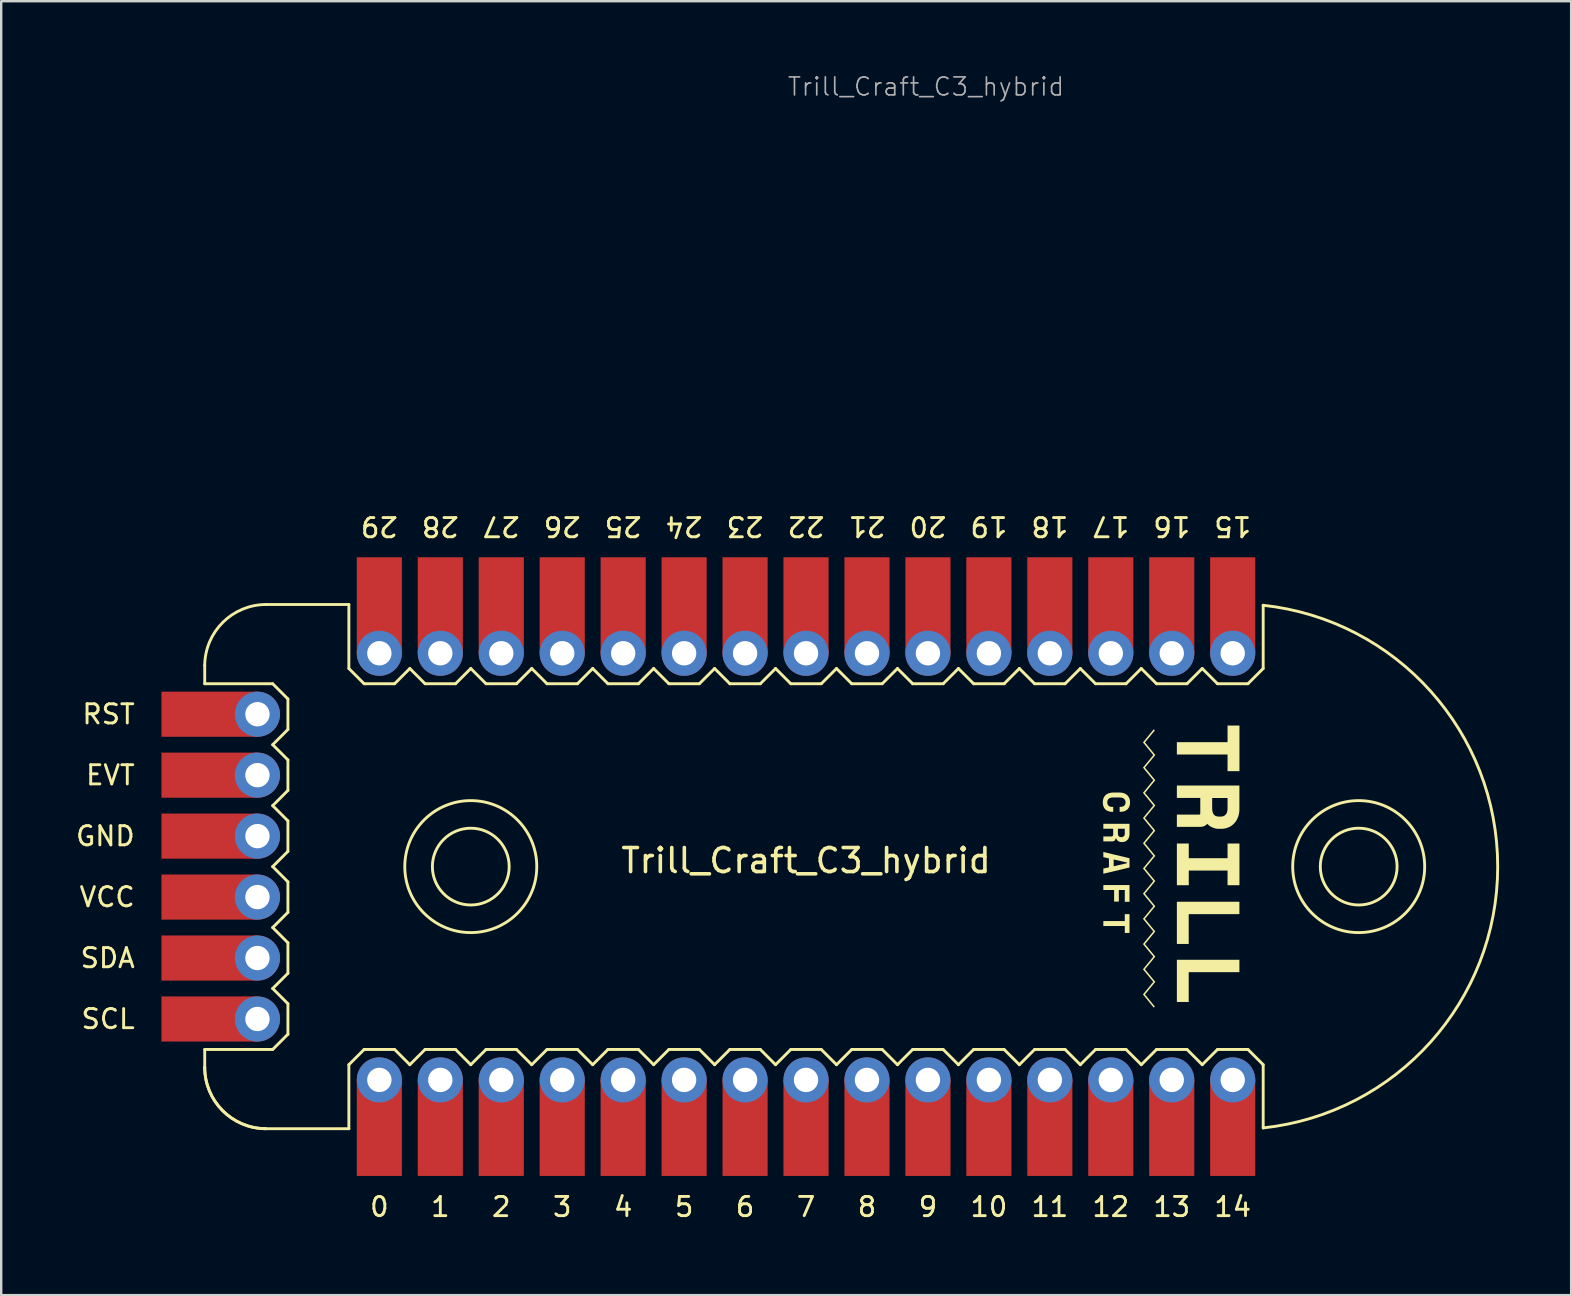
<source format=kicad_pcb>
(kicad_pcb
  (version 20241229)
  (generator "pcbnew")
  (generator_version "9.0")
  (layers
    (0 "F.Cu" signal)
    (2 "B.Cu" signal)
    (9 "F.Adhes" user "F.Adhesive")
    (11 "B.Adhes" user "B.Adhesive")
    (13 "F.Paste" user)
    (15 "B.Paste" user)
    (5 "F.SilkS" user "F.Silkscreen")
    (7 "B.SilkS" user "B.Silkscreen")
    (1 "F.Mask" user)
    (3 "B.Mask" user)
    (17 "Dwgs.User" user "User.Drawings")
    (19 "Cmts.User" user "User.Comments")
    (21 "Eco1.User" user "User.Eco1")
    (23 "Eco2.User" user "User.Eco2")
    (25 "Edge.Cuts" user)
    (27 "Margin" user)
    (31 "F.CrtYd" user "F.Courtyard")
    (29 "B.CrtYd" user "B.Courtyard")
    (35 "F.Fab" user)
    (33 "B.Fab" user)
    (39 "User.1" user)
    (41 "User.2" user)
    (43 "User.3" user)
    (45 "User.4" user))
  (footprint "Trill_Craft_C3_hybrid"
    (layer "F.Cu")
    (at 30.538 33.062)
    (property "Reference" "Trill_Craft_C3_hybrid" (at 0 -0.25 0) (unlocked yes) (layer "F.SilkS") (effects (font (size 1 1) (thickness 0.15))))
    (attr through_hole)
    (fp_line (start -25.057 -8.382) (end -25.057 -7.62) (stroke (width 0.12) (type default)) (layer "F.SilkS"))
    (fp_line (start -25.057 7.62) (end -25.057 8.364) (stroke (width 0.12) (type default)) (layer "F.SilkS"))
    (fp_line (start -22.517 10.922) (end -19.05 10.922) (stroke (width 0.12) (type solid)) (layer "F.SilkS"))
    (fp_line (start -22.499 -10.922) (end -19.05 -10.922) (stroke (width 0.12) (type solid)) (layer "F.SilkS"))
    (fp_line (start -22.225 -7.62) (end -25.057 -7.62) (stroke (width 0.12) (type solid)) (layer "F.SilkS"))
    (fp_line (start -22.225 -5.08) (end -21.59 -4.445) (stroke (width 0.12) (type solid)) (layer "F.SilkS"))
    (fp_line (start -22.225 -2.54) (end -21.59 -1.905) (stroke (width 0.12) (type solid)) (layer "F.SilkS"))
    (fp_line (start -22.225 2.54) (end -21.59 3.175) (stroke (width 0.12) (type solid)) (layer "F.SilkS"))
    (fp_line (start -22.225 5.08) (end -21.59 5.715) (stroke (width 0.12) (type solid)) (layer "F.SilkS"))
    (fp_line (start -22.225 7.62) (end -25.057 7.62) (stroke (width 0.12) (type solid)) (layer "F.SilkS"))
    (fp_line (start -21.59 -6.985) (end -22.225 -7.62) (stroke (width 0.12) (type solid)) (layer "F.SilkS"))
    (fp_line (start -21.59 -6.985) (end -21.59 -5.715) (stroke (width 0.12) (type solid)) (layer "F.SilkS"))
    (fp_line (start -21.59 -5.715) (end -22.225 -5.08) (stroke (width 0.12) (type solid)) (layer "F.SilkS"))
    (fp_line (start -21.59 -4.445) (end -21.59 -3.175) (stroke (width 0.12) (type solid)) (layer "F.SilkS"))
    (fp_line (start -21.59 -3.175) (end -22.225 -2.54) (stroke (width 0.12) (type solid)) (layer "F.SilkS"))
    (fp_line (start -21.59 -1.905) (end -21.59 -0.635) (stroke (width 0.12) (type solid)) (layer "F.SilkS"))
    (fp_line (start -21.59 -0.635) (end -22.225 0) (stroke (width 0.12) (type solid)) (layer "F.SilkS"))
    (fp_line (start -21.59 0.635) (end -22.225 0) (stroke (width 0.12) (type solid)) (layer "F.SilkS"))
    (fp_line (start -21.59 0.635) (end -21.59 1.905) (stroke (width 0.12) (type solid)) (layer "F.SilkS"))
    (fp_line (start -21.59 1.905) (end -22.225 2.54) (stroke (width 0.12) (type solid)) (layer "F.SilkS"))
    (fp_line (start -21.59 3.175) (end -21.59 4.445) (stroke (width 0.12) (type solid)) (layer "F.SilkS"))
    (fp_line (start -21.59 4.445) (end -22.225 5.08) (stroke (width 0.12) (type solid)) (layer "F.SilkS"))
    (fp_line (start -21.59 5.715) (end -21.59 6.985) (stroke (width 0.12) (type solid)) (layer "F.SilkS"))
    (fp_line (start -21.59 6.985) (end -22.225 7.62) (stroke (width 0.12) (type solid)) (layer "F.SilkS"))
    (fp_line (start -19.05 -8.255) (end -19.05 -10.922) (stroke (width 0.12) (type solid)) (layer "F.SilkS"))
    (fp_line (start -19.05 8.255) (end -19.05 10.922) (stroke (width 0.12) (type solid)) (layer "F.SilkS"))
    (fp_line (start -18.415 -7.62) (end -19.05 -8.255) (stroke (width 0.12) (type solid)) (layer "F.SilkS"))
    (fp_line (start -18.415 7.62) (end -19.05 8.255) (stroke (width 0.12) (type solid)) (layer "F.SilkS"))
    (fp_line (start -18.415 7.62) (end -17.145 7.62) (stroke (width 0.12) (type solid)) (layer "F.SilkS"))
    (fp_line (start -17.145 -7.62) (end -18.415 -7.62) (stroke (width 0.12) (type solid)) (layer "F.SilkS"))
    (fp_line (start -17.145 7.62) (end -16.51 8.255) (stroke (width 0.12) (type solid)) (layer "F.SilkS"))
    (fp_line (start -16.51 -8.255) (end -17.145 -7.62) (stroke (width 0.12) (type solid)) (layer "F.SilkS"))
    (fp_line (start -16.51 8.255) (end -15.875 7.62) (stroke (width 0.12) (type solid)) (layer "F.SilkS"))
    (fp_line (start -15.875 -7.62) (end -16.51 -8.255) (stroke (width 0.12) (type solid)) (layer "F.SilkS"))
    (fp_line (start -15.875 7.62) (end -14.605 7.62) (stroke (width 0.12) (type solid)) (layer "F.SilkS"))
    (fp_line (start -14.605 -7.62) (end -15.875 -7.62) (stroke (width 0.12) (type solid)) (layer "F.SilkS"))
    (fp_line (start -14.605 7.62) (end -13.97 8.255) (stroke (width 0.12) (type solid)) (layer "F.SilkS"))
    (fp_line (start -13.97 -8.255) (end -14.605 -7.62) (stroke (width 0.12) (type solid)) (layer "F.SilkS"))
    (fp_line (start -13.97 8.255) (end -13.335 7.62) (stroke (width 0.12) (type solid)) (layer "F.SilkS"))
    (fp_line (start -13.335 -7.62) (end -13.97 -8.255) (stroke (width 0.12) (type solid)) (layer "F.SilkS"))
    (fp_line (start -13.335 7.62) (end -12.065 7.62) (stroke (width 0.12) (type solid)) (layer "F.SilkS"))
    (fp_line (start -12.065 -7.62) (end -13.335 -7.62) (stroke (width 0.12) (type solid)) (layer "F.SilkS"))
    (fp_line (start -12.065 7.62) (end -11.43 8.255) (stroke (width 0.12) (type solid)) (layer "F.SilkS"))
    (fp_line (start -11.43 -8.255) (end -12.065 -7.62) (stroke (width 0.12) (type solid)) (layer "F.SilkS"))
    (fp_line (start -10.795 -7.62) (end -11.43 -8.255) (stroke (width 0.12) (type solid)) (layer "F.SilkS"))
    (fp_line (start -10.795 7.62) (end -11.43 8.255) (stroke (width 0.12) (type solid)) (layer "F.SilkS"))
    (fp_line (start -10.795 7.62) (end -9.525 7.62) (stroke (width 0.12) (type solid)) (layer "F.SilkS"))
    (fp_line (start -9.525 -7.62) (end -10.795 -7.62) (stroke (width 0.12) (type solid)) (layer "F.SilkS"))
    (fp_line (start -9.525 7.62) (end -8.89 8.255) (stroke (width 0.12) (type solid)) (layer "F.SilkS"))
    (fp_line (start -8.89 -8.255) (end -9.525 -7.62) (stroke (width 0.12) (type solid)) (layer "F.SilkS"))
    (fp_line (start -8.89 8.255) (end -8.255 7.62) (stroke (width 0.12) (type solid)) (layer "F.SilkS"))
    (fp_line (start -8.255 -7.62) (end -8.89 -8.255) (stroke (width 0.12) (type solid)) (layer "F.SilkS"))
    (fp_line (start -8.255 7.62) (end -6.985 7.62) (stroke (width 0.12) (type solid)) (layer "F.SilkS"))
    (fp_line (start -6.985 -7.62) (end -8.255 -7.62) (stroke (width 0.12) (type solid)) (layer "F.SilkS"))
    (fp_line (start -6.985 -7.62) (end -6.35 -8.255) (stroke (width 0.12) (type solid)) (layer "F.SilkS"))
    (fp_line (start -6.985 7.62) (end -6.35 8.255) (stroke (width 0.12) (type solid)) (layer "F.SilkS"))
    (fp_line (start -6.35 8.255) (end -5.715 7.62) (stroke (width 0.12) (type solid)) (layer "F.SilkS"))
    (fp_line (start -5.715 -7.62) (end -6.35 -8.255) (stroke (width 0.12) (type solid)) (layer "F.SilkS"))
    (fp_line (start -5.715 7.62) (end -4.445 7.62) (stroke (width 0.12) (type solid)) (layer "F.SilkS"))
    (fp_line (start -4.445 -7.62) (end -5.715 -7.62) (stroke (width 0.12) (type solid)) (layer "F.SilkS"))
    (fp_line (start -4.445 7.62) (end -3.81 8.255) (stroke (width 0.12) (type solid)) (layer "F.SilkS"))
    (fp_line (start -3.81 -8.255) (end -4.445 -7.62) (stroke (width 0.12) (type solid)) (layer "F.SilkS"))
    (fp_line (start -3.175 -7.62) (end -3.81 -8.255) (stroke (width 0.12) (type solid)) (layer "F.SilkS"))
    (fp_line (start -3.175 7.62) (end -3.81 8.255) (stroke (width 0.12) (type solid)) (layer "F.SilkS"))
    (fp_line (start -3.175 7.62) (end -1.905 7.62) (stroke (width 0.12) (type solid)) (layer "F.SilkS"))
    (fp_line (start -1.905 -7.62) (end -3.175 -7.62) (stroke (width 0.12) (type solid)) (layer "F.SilkS"))
    (fp_line (start -1.905 7.62) (end -1.27 8.255) (stroke (width 0.12) (type solid)) (layer "F.SilkS"))
    (fp_line (start -1.27 -8.255) (end -1.905 -7.62) (stroke (width 0.12) (type solid)) (layer "F.SilkS"))
    (fp_line (start -0.635 -7.62) (end -1.27 -8.255) (stroke (width 0.12) (type solid)) (layer "F.SilkS"))
    (fp_line (start -0.635 7.62) (end -1.27 8.255) (stroke (width 0.12) (type solid)) (layer "F.SilkS"))
    (fp_line (start -0.635 7.62) (end 0.635 7.62) (stroke (width 0.12) (type solid)) (layer "F.SilkS"))
    (fp_line (start 0.635 -7.62) (end -0.635 -7.62) (stroke (width 0.12) (type solid)) (layer "F.SilkS"))
    (fp_line (start 0.635 -7.62) (end 1.27 -8.255) (stroke (width 0.12) (type solid)) (layer "F.SilkS"))
    (fp_line (start 0.635 7.62) (end 1.27 8.255) (stroke (width 0.12) (type solid)) (layer "F.SilkS"))
    (fp_line (start 1.27 8.255) (end 1.905 7.62) (stroke (width 0.12) (type solid)) (layer "F.SilkS"))
    (fp_line (start 1.905 -7.62) (end 1.27 -8.255) (stroke (width 0.12) (type solid)) (layer "F.SilkS"))
    (fp_line (start 1.905 7.62) (end 3.175 7.62) (stroke (width 0.12) (type solid)) (layer "F.SilkS"))
    (fp_line (start 3.175 -7.62) (end 1.905 -7.62) (stroke (width 0.12) (type solid)) (layer "F.SilkS"))
    (fp_line (start 3.175 -7.62) (end 3.81 -8.255) (stroke (width 0.12) (type solid)) (layer "F.SilkS"))
    (fp_line (start 3.175 7.62) (end 3.81 8.255) (stroke (width 0.12) (type solid)) (layer "F.SilkS"))
    (fp_line (start 3.81 8.255) (end 4.445 7.62) (stroke (width 0.12) (type solid)) (layer "F.SilkS"))
    (fp_line (start 4.445 -7.62) (end 3.81 -8.255) (stroke (width 0.12) (type solid)) (layer "F.SilkS"))
    (fp_line (start 4.445 7.62) (end 5.715 7.62) (stroke (width 0.12) (type solid)) (layer "F.SilkS"))
    (fp_line (start 5.715 -7.62) (end 4.445 -7.62) (stroke (width 0.12) (type solid)) (layer "F.SilkS"))
    (fp_line (start 5.715 7.62) (end 6.35 8.255) (stroke (width 0.12) (type solid)) (layer "F.SilkS"))
    (fp_line (start 6.35 -8.255) (end 5.715 -7.62) (stroke (width 0.12) (type solid)) (layer "F.SilkS"))
    (fp_line (start 6.985 -7.62) (end 6.35 -8.255) (stroke (width 0.12) (type solid)) (layer "F.SilkS"))
    (fp_line (start 6.985 7.62) (end 6.35 8.255) (stroke (width 0.12) (type solid)) (layer "F.SilkS"))
    (fp_line (start 6.985 7.62) (end 8.255 7.62) (stroke (width 0.12) (type solid)) (layer "F.SilkS"))
    (fp_line (start 8.255 -7.62) (end 6.985 -7.62) (stroke (width 0.12) (type solid)) (layer "F.SilkS"))
    (fp_line (start 8.255 7.62) (end 8.89 8.255) (stroke (width 0.12) (type solid)) (layer "F.SilkS"))
    (fp_line (start 8.89 -8.255) (end 8.255 -7.62) (stroke (width 0.12) (type solid)) (layer "F.SilkS"))
    (fp_line (start 8.89 8.255) (end 9.525 7.62) (stroke (width 0.12) (type solid)) (layer "F.SilkS"))
    (fp_line (start 9.525 -7.62) (end 8.89 -8.255) (stroke (width 0.12) (type solid)) (layer "F.SilkS"))
    (fp_line (start 9.525 7.62) (end 10.795 7.62) (stroke (width 0.12) (type solid)) (layer "F.SilkS"))
    (fp_line (start 10.795 -7.62) (end 9.525 -7.62) (stroke (width 0.12) (type solid)) (layer "F.SilkS"))
    (fp_line (start 10.795 -7.62) (end 11.43 -8.255) (stroke (width 0.12) (type solid)) (layer "F.SilkS"))
    (fp_line (start 10.795 7.62) (end 11.43 8.255) (stroke (width 0.12) (type solid)) (layer "F.SilkS"))
    (fp_line (start 11.43 8.255) (end 12.065 7.62) (stroke (width 0.12) (type solid)) (layer "F.SilkS"))
    (fp_line (start 12.065 -7.62) (end 11.43 -8.255) (stroke (width 0.12) (type solid)) (layer "F.SilkS"))
    (fp_line (start 12.065 7.62) (end 13.335 7.62) (stroke (width 0.12) (type solid)) (layer "F.SilkS"))
    (fp_line (start 13.335 -7.62) (end 12.065 -7.62) (stroke (width 0.12) (type solid)) (layer "F.SilkS"))
    (fp_line (start 13.335 7.62) (end 13.97 8.255) (stroke (width 0.12) (type solid)) (layer "F.SilkS"))
    (fp_line (start 13.97 -8.255) (end 13.335 -7.62) (stroke (width 0.12) (type solid)) (layer "F.SilkS"))
    (fp_line (start 13.97 8.255) (end 14.605 7.62) (stroke (width 0.12) (type solid)) (layer "F.SilkS"))
    (fp_line (start 14.605 -7.62) (end 13.97 -8.255) (stroke (width 0.12) (type solid)) (layer "F.SilkS"))
    (fp_line (start 14.605 7.62) (end 15.875 7.62) (stroke (width 0.12) (type solid)) (layer "F.SilkS"))
    (fp_line (start 15.875 -7.62) (end 14.605 -7.62) (stroke (width 0.12) (type solid)) (layer "F.SilkS"))
    (fp_line (start 15.875 7.62) (end 16.51 8.255) (stroke (width 0.12) (type solid)) (layer "F.SilkS"))
    (fp_line (start 16.51 -8.255) (end 15.875 -7.62) (stroke (width 0.12) (type solid)) (layer "F.SilkS"))
    (fp_line (start 16.51 8.255) (end 17.145 7.62) (stroke (width 0.12) (type solid)) (layer "F.SilkS"))
    (fp_line (start 17.145 -7.62) (end 16.51 -8.255) (stroke (width 0.12) (type solid)) (layer "F.SilkS"))
    (fp_line (start 17.145 7.62) (end 18.415 7.62) (stroke (width 0.12) (type solid)) (layer "F.SilkS"))
    (fp_line (start 18.415 -7.62) (end 17.145 -7.62) (stroke (width 0.12) (type solid)) (layer "F.SilkS"))
    (fp_line (start 18.415 -7.62) (end 19.05 -8.255) (stroke (width 0.12) (type solid)) (layer "F.SilkS"))
    (fp_line (start 18.415 7.62) (end 19.05 8.255) (stroke (width 0.12) (type solid)) (layer "F.SilkS"))
    (fp_line (start 19.05 -8.255) (end 19.05 -10.89) (stroke (width 0.12) (type solid)) (layer "F.SilkS"))
    (fp_line (start 19.05 8.255) (end 19.05 10.89) (stroke (width 0.12) (type solid)) (layer "F.SilkS"))
    (fp_arc (start -25.0571 -8.382) (mid -24.301485 -10.17914) (end -22.499034 -10.922) (stroke (width 0.12) (type solid)) (layer "F.SilkS"))
    (fp_arc (start -22.5171 10.922) (mid -24.31424 10.166385) (end -25.0571 8.363934) (stroke (width 0.12) (type solid)) (layer "F.SilkS"))
    (fp_arc (start -22.5171 10.922) (mid -24.31424 10.166385) (end -25.0571 8.363934) (stroke (width 0.12) (type solid)) (layer "F.SilkS"))
    (fp_arc (start 19.05 -10.89) (mid 28.822762 0) (end 19.05 10.89) (stroke (width 0.12) (type solid)) (layer "F.SilkS"))
    (fp_circle (center -13.97 0) (end -12.37 0) (stroke (width 0.12) (type solid)) (fill no) (layer "F.SilkS"))
    (fp_circle (center -13.97 0) (end -11.22 0) (stroke (width 0.12) (type solid)) (fill no) (layer "F.SilkS"))
    (fp_circle (center 23.03 0) (end 24.63 0) (stroke (width 0.12) (type solid)) (fill no) (layer "F.SilkS"))
    (fp_circle (center 23.03 0) (end 25.78 0) (stroke (width 0.12) (type solid)) (fill no) (layer "F.SilkS"))
    (fp_poly (pts (xy 15.453 -4.671) (xy 15.453 -4.671) (xy 15.453 -4.669)) (stroke (width 0) (type solid)) (fill yes) (layer "F.SilkS"))
    (fp_poly (pts (xy 15.947 1.981) (xy 15.947 3.223) (xy 15.453 3.223) (xy 15.453 1.464) (xy 18.059 1.464) (xy 18.059 1.981)) (stroke (width 0) (type solid)) (fill yes) (layer "F.SilkS"))
    (fp_poly (pts (xy 15.947 4.399) (xy 15.947 5.641) (xy 15.453 5.641) (xy 15.453 3.883) (xy 18.059 3.883) (xy 18.059 4.399)) (stroke (width 0) (type solid)) (fill yes) (layer "F.SilkS"))
    (fp_poly (pts (xy 17.565 -3.977) (xy 17.565 -4.671) (xy 15.453 -4.671) (xy 15.453 -5.185) (xy 17.565 -5.185) (xy 17.565 -5.878) (xy 18.061 -5.878) (xy 18.061 -3.977)) (stroke (width 0) (type solid)) (fill yes) (layer "F.SilkS"))
    (fp_poly (pts (xy 13.283 2.765) (xy 13.283 2.476) (xy 12.389 2.476) (xy 12.389 2.27) (xy 13.283 2.27) (xy 13.283 1.981) (xy 13.479 1.981) (xy 13.479 1.981) (xy 13.479 2.765)) (stroke (width 0) (type solid)) (fill yes) (layer "F.SilkS"))
    (fp_poly (pts (xy 13.283 1.467) (xy 13.283 0.975) (xy 13.034 0.975) (xy 13.034 1.458) (xy 12.838 1.458) (xy 12.838 0.975) (xy 12.389 0.975) (xy 12.389 0.769) (xy 13.479 0.769) (xy 13.479 1.467)) (stroke (width 0) (type solid)) (fill yes) (layer "F.SilkS"))
    (fp_poly (pts (xy 17.565 0.776) (xy 17.565 0.165) (xy 15.949 0.165) (xy 15.949 0.776) (xy 15.453 0.776) (xy 15.453 -0.962) (xy 15.949 -0.962) (xy 15.949 -0.35) (xy 17.565 -0.35) (xy 17.565 -0.962) (xy 18.061 -0.962) (xy 18.061 0.776)) (stroke (width 0) (type solid)) (fill yes) (layer "F.SilkS"))
    (fp_poly (pts (xy 12.389 0.297) (xy 12.389 0.083) (xy 12.623 0.03) (xy 12.623 -0.341) (xy 12.389 -0.394) (xy 12.389 -0.609) (xy 12.819 -0.506) (xy 12.819 -0.297) (xy 12.819 -0.015) (xy 13.376 -0.142) (xy 13.376 -0.17) (xy 12.819 -0.297) (xy 12.819 -0.506) (xy 13.479 -0.349) (xy 13.479 0.038)) (stroke (width 0) (type solid)) (fill yes) (layer "F.SilkS"))
    (fp_poly (pts (xy 14.123 5.328) (xy 14.534 5.831) (xy 14.491 5.878) (xy 14.04 5.328) (xy 14.471 4.803) (xy 14.04 4.279) (xy 14.471 3.752) (xy 14.04 3.228) (xy 14.471 2.702) (xy 14.04 2.177) (xy 14.471 1.652) (xy 14.04 1.127) (xy 14.471 0.603) (xy 14.04 0.076) (xy 14.471 -0.448) (xy 14.04 -0.973) (xy 14.471 -1.499) (xy 14.04 -2.024) (xy 14.471 -2.548) (xy 14.04 -3.073) (xy 14.471 -3.6) (xy 14.04 -4.124) (xy 14.471 -4.648) (xy 14.04 -5.175) (xy 14.491 -5.724) (xy 14.534 -5.675) (xy 14.123 -5.175) (xy 14.554 -4.648) (xy 14.123 -4.124) (xy 14.554 -3.6) (xy 14.123 -3.073) (xy 14.554 -2.548) (xy 14.123 -2.024) (xy 14.554 -1.499) (xy 14.123 -0.973) (xy 14.554 -0.448) (xy 14.123 0.076) (xy 14.554 0.603) (xy 14.123 1.127) (xy 14.554 1.652) (xy 14.123 2.177) (xy 14.554 2.702) (xy 14.123 3.228) (xy 14.554 3.752) (xy 14.123 4.279) (xy 14.554 4.803)) (stroke (width 0) (type solid)) (fill yes) (layer "F.SilkS"))
    (fp_poly (pts (xy 18.058 -2.364) (xy 18.055 -2.315) (xy 18.051 -2.267) (xy 18.047 -2.244) (xy 18.044 -2.221) (xy 18.04 -2.199) (xy 18.035 -2.177) (xy 18.03 -2.155) (xy 18.025 -2.134) (xy 18.019 -2.114) (xy 18.012 -2.093) (xy 18.005 -2.074) (xy 17.998 -2.054) (xy 17.99 -2.035) (xy 17.982 -2.015) (xy 17.974 -1.997) (xy 17.965 -1.978) (xy 17.956 -1.96) (xy 17.946 -1.943) (xy 17.936 -1.926) (xy 17.926 -1.909) (xy 17.916 -1.893) (xy 17.905 -1.877) (xy 17.893 -1.862) (xy 17.882 -1.847) (xy 17.87 -1.832) (xy 17.857 -1.818) (xy 17.844 -1.804) (xy 17.831 -1.79) (xy 17.818 -1.777) (xy 17.804 -1.764) (xy 17.79 -1.752) (xy 17.776 -1.74) (xy 17.762 -1.728) (xy 17.747 -1.717) (xy 17.732 -1.706) (xy 17.717 -1.696) (xy 17.701 -1.686) (xy 17.686 -1.676) (xy 17.67 -1.667) (xy 17.653 -1.658) (xy 17.637 -1.65) (xy 17.62 -1.642) (xy 17.603 -1.635) (xy 17.585 -1.628) (xy 17.568 -1.621) (xy 17.551 -1.615) (xy 17.533 -1.609) (xy 17.516 -1.604) (xy 17.498 -1.599) (xy 17.48 -1.594) (xy 17.462 -1.59) (xy 17.444 -1.587) (xy 17.426 -1.584) (xy 17.408 -1.581) (xy 17.389 -1.579) (xy 17.371 -1.577) (xy 17.352 -1.576) (xy 17.334 -1.575) (xy 17.315 -1.574) (xy 17.296 -1.574) (xy 17.195 -1.574) (xy 17.175 -1.574) (xy 17.155 -1.575) (xy 17.135 -1.577) (xy 17.114 -1.579) (xy 17.094 -1.583) (xy 17.074 -1.586) (xy 17.054 -1.591) (xy 17.034 -1.596) (xy 17.014 -1.602) (xy 16.994 -1.608) (xy 16.974 -1.615) (xy 16.954 -1.623) (xy 16.934 -1.632) (xy 16.914 -1.641) (xy 16.894 -1.651) (xy 16.874 -1.662) (xy 16.863 -1.668) (xy 16.852 -1.674) (xy 16.841 -1.681) (xy 16.831 -1.688) (xy 16.821 -1.695) (xy 16.811 -1.702) (xy 16.801 -1.709) (xy 16.791 -1.717) (xy 16.782 -1.725) (xy 16.773 -1.733) (xy 16.764 -1.741) (xy 16.755 -1.75) (xy 16.746 -1.758) (xy 16.738 -1.767) (xy 16.729 -1.776) (xy 16.721 -1.786) (xy 16.717 -1.78) (xy 16.712 -1.775) (xy 16.707 -1.77) (xy 16.702 -1.764) (xy 16.697 -1.759) (xy 16.691 -1.754) (xy 16.681 -1.743) (xy 16.668 -1.733) (xy 16.655 -1.723) (xy 16.642 -1.714) (xy 16.628 -1.706) (xy 16.613 -1.698) (xy 16.598 -1.691) (xy 16.583 -1.684) (xy 16.566 -1.678) (xy 16.55 -1.673) (xy 16.533 -1.669) (xy 16.515 -1.665) (xy 16.497 -1.662) (xy 16.479 -1.659) (xy 16.46 -1.658) (xy 16.44 -1.657) (xy 16.42 -1.656) (xy 15.453 -1.656) (xy 15.453 -1.652) (xy 15.453 -1.652) (xy 15.453 -2.168) (xy 16.362 -2.168) (xy 16.367 -2.168) (xy 16.372 -2.168) (xy 16.377 -2.168) (xy 16.381 -2.168) (xy 16.386 -2.169) (xy 16.39 -2.169) (xy 16.394 -2.17) (xy 16.398 -2.171) (xy 16.401 -2.171) (xy 16.405 -2.172) (xy 16.408 -2.173) (xy 16.411 -2.175) (xy 16.414 -2.176) (xy 16.416 -2.177) (xy 16.418 -2.179) (xy 16.42 -2.18) (xy 16.421 -2.182) (xy 16.422 -2.186) (xy 16.423 -2.188) (xy 16.424 -2.191) (xy 16.424 -2.194) (xy 16.425 -2.197) (xy 16.426 -2.201) (xy 16.426 -2.205) (xy 16.427 -2.209) (xy 16.427 -2.214) (xy 16.428 -2.219) (xy 16.428 -2.225) (xy 16.428 -2.231) (xy 16.429 -2.237) (xy 16.429 -2.861) (xy 15.453 -2.861) (xy 15.453 -3.378) (xy 16.924 -3.378) (xy 16.924 -2.86) (xy 16.924 -2.444) (xy 16.925 -2.42) (xy 16.925 -2.397) (xy 16.927 -2.375) (xy 16.929 -2.354) (xy 16.932 -2.333) (xy 16.935 -2.313) (xy 16.939 -2.294) (xy 16.943 -2.276) (xy 16.948 -2.259) (xy 16.954 -2.242) (xy 16.96 -2.227) (xy 16.967 -2.212) (xy 16.974 -2.198) (xy 16.982 -2.185) (xy 16.991 -2.173) (xy 17 -2.162) (xy 17.009 -2.153) (xy 17.018 -2.144) (xy 17.029 -2.135) (xy 17.04 -2.128) (xy 17.051 -2.121) (xy 17.063 -2.114) (xy 17.076 -2.109) (xy 17.089 -2.104) (xy 17.103 -2.099) (xy 17.117 -2.095) (xy 17.132 -2.092) (xy 17.148 -2.089) (xy 17.165 -2.087) (xy 17.182 -2.086) (xy 17.199 -2.085) (xy 17.218 -2.084) (xy 17.279 -2.084) (xy 17.295 -2.085) (xy 17.311 -2.086) (xy 17.326 -2.087) (xy 17.34 -2.09) (xy 17.355 -2.092) (xy 17.369 -2.096) (xy 17.382 -2.1) (xy 17.395 -2.105) (xy 17.408 -2.11) (xy 17.42 -2.116) (xy 17.432 -2.123) (xy 17.443 -2.13) (xy 17.454 -2.138) (xy 17.465 -2.147) (xy 17.476 -2.156) (xy 17.486 -2.166) (xy 17.495 -2.177) (xy 17.504 -2.189) (xy 17.513 -2.201) (xy 17.52 -2.215) (xy 17.528 -2.229) (xy 17.534 -2.245) (xy 17.54 -2.261) (xy 17.545 -2.278) (xy 17.55 -2.296) (xy 17.554 -2.315) (xy 17.557 -2.334) (xy 17.56 -2.355) (xy 17.562 -2.376) (xy 17.564 -2.398) (xy 17.565 -2.421) (xy 17.565 -2.444) (xy 17.565 -2.86) (xy 16.924 -2.86) (xy 16.924 -3.378) (xy 18.059 -3.378) (xy 18.059 -2.414)) (stroke (width 0) (type solid)) (fill yes) (layer "F.SilkS"))
    (fp_poly (pts (xy 13.479 -1.345) (xy 13.478 -1.325) (xy 13.476 -1.305) (xy 13.473 -1.286) (xy 13.47 -1.268) (xy 13.468 -1.259) (xy 13.466 -1.251) (xy 13.464 -1.242) (xy 13.461 -1.234) (xy 13.459 -1.226) (xy 13.456 -1.218) (xy 13.453 -1.21) (xy 13.45 -1.202) (xy 13.447 -1.194) (xy 13.443 -1.187) (xy 13.44 -1.18) (xy 13.436 -1.173) (xy 13.432 -1.166) (xy 13.428 -1.159) (xy 13.424 -1.152) (xy 13.42 -1.146) (xy 13.415 -1.14) (xy 13.411 -1.134) (xy 13.406 -1.128) (xy 13.401 -1.122) (xy 13.396 -1.116) (xy 13.391 -1.111) (xy 13.386 -1.106) (xy 13.381 -1.101) (xy 13.375 -1.096) (xy 13.37 -1.091) (xy 13.364 -1.086) (xy 13.359 -1.082) (xy 13.353 -1.077) (xy 13.347 -1.073) (xy 13.341 -1.069) (xy 13.335 -1.065) (xy 13.328 -1.062) (xy 13.322 -1.058) (xy 13.315 -1.055) (xy 13.309 -1.051) (xy 13.302 -1.048) (xy 13.296 -1.045) (xy 13.289 -1.043) (xy 13.282 -1.04) (xy 13.275 -1.038) (xy 13.268 -1.036) (xy 13.261 -1.034) (xy 13.254 -1.032) (xy 13.246 -1.03) (xy 13.239 -1.029) (xy 13.232 -1.027) (xy 13.224 -1.026) (xy 13.217 -1.025) (xy 13.209 -1.024) (xy 13.202 -1.024) (xy 13.194 -1.023) (xy 13.186 -1.023) (xy 13.179 -1.023) (xy 13.141 -1.023) (xy 13.133 -1.023) (xy 13.125 -1.023) (xy 13.117 -1.024) (xy 13.108 -1.025) (xy 13.1 -1.026) (xy 13.092 -1.028) (xy 13.084 -1.03) (xy 13.076 -1.032) (xy 13.069 -1.034) (xy 13.061 -1.037) (xy 13.053 -1.04) (xy 13.046 -1.043) (xy 13.038 -1.047) (xy 13.031 -1.05) (xy 13.023 -1.054) (xy 13.016 -1.059) (xy 13.009 -1.063) (xy 13.002 -1.068) (xy 12.995 -1.074) (xy 12.988 -1.079) (xy 12.982 -1.085) (xy 12.976 -1.091) (xy 12.97 -1.098) (xy 12.964 -1.104) (xy 12.959 -1.111) (xy 12.954 -1.119) (xy 12.949 -1.126) (xy 12.944 -1.134) (xy 12.939 -1.143) (xy 12.935 -1.151) (xy 12.931 -1.16) (xy 12.927 -1.169) (xy 12.898 -1.169) (xy 12.897 -1.163) (xy 12.896 -1.156) (xy 12.895 -1.15) (xy 12.893 -1.143) (xy 12.892 -1.137) (xy 12.889 -1.131) (xy 12.887 -1.126) (xy 12.885 -1.12) (xy 12.882 -1.115) (xy 12.879 -1.11) (xy 12.876 -1.105) (xy 12.872 -1.1) (xy 12.869 -1.095) (xy 12.865 -1.091) (xy 12.861 -1.087) (xy 12.856 -1.083) (xy 12.852 -1.079) (xy 12.847 -1.075) (xy 12.842 -1.072) (xy 12.837 -1.069) (xy 12.832 -1.066) (xy 12.827 -1.063) (xy 12.821 -1.061) (xy 12.816 -1.059) (xy 12.81 -1.057) (xy 12.804 -1.055) (xy 12.798 -1.054) (xy 12.792 -1.053) (xy 12.786 -1.052) (xy 12.779 -1.051) (xy 12.773 -1.051) (xy 12.766 -1.051) (xy 12.389 -1.051) (xy 12.389 -1.256) (xy 12.716 -1.256) (xy 12.721 -1.257) (xy 12.725 -1.257) (xy 12.73 -1.257) (xy 12.734 -1.258) (xy 12.738 -1.258) (xy 12.742 -1.259) (xy 12.746 -1.26) (xy 12.75 -1.261) (xy 12.754 -1.263) (xy 12.757 -1.264) (xy 12.761 -1.266) (xy 12.764 -1.267) (xy 12.768 -1.269) (xy 12.771 -1.271) (xy 12.774 -1.274) (xy 12.777 -1.276) (xy 12.78 -1.278) (xy 12.782 -1.281) (xy 12.785 -1.284) (xy 12.787 -1.287) (xy 12.789 -1.29) (xy 12.791 -1.294) (xy 12.793 -1.298) (xy 12.795 -1.302) (xy 12.796 -1.306) (xy 12.797 -1.31) (xy 12.798 -1.315) (xy 12.799 -1.319) (xy 12.8 -1.324) (xy 12.8 -1.33) (xy 12.8 -1.335) (xy 12.8 -1.34) (xy 12.8 -1.577) (xy 12.389 -1.577) (xy 12.389 -1.783) (xy 12.997 -1.783) (xy 12.997 -1.577) (xy 12.997 -1.381) (xy 12.997 -1.372) (xy 12.997 -1.363) (xy 12.998 -1.354) (xy 12.999 -1.346) (xy 13 -1.338) (xy 13.001 -1.33) (xy 13.003 -1.322) (xy 13.005 -1.315) (xy 13.008 -1.308) (xy 13.01 -1.302) (xy 13.013 -1.295) (xy 13.016 -1.289) (xy 13.02 -1.283) (xy 13.023 -1.278) (xy 13.027 -1.272) (xy 13.032 -1.267) (xy 13.036 -1.263) (xy 13.041 -1.258) (xy 13.046 -1.254) (xy 13.051 -1.25) (xy 13.056 -1.247) (xy 13.062 -1.244) (xy 13.068 -1.241) (xy 13.074 -1.238) (xy 13.08 -1.236) (xy 13.087 -1.234) (xy 13.093 -1.232) (xy 13.1 -1.231) (xy 13.107 -1.23) (xy 13.115 -1.229) (xy 13.122 -1.229) (xy 13.13 -1.229) (xy 13.149 -1.229) (xy 13.156 -1.229) (xy 13.162 -1.229) (xy 13.169 -1.23) (xy 13.175 -1.231) (xy 13.182 -1.232) (xy 13.188 -1.234) (xy 13.194 -1.236) (xy 13.2 -1.238) (xy 13.206 -1.241) (xy 13.211 -1.244) (xy 13.217 -1.247) (xy 13.222 -1.25) (xy 13.228 -1.254) (xy 13.233 -1.258) (xy 13.238 -1.263) (xy 13.243 -1.267) (xy 13.248 -1.272) (xy 13.253 -1.278) (xy 13.257 -1.283) (xy 13.261 -1.289) (xy 13.264 -1.295) (xy 13.267 -1.302) (xy 13.27 -1.308) (xy 13.273 -1.315) (xy 13.275 -1.322) (xy 13.277 -1.33) (xy 13.279 -1.338) (xy 13.281 -1.346) (xy 13.282 -1.354) (xy 13.282 -1.363) (xy 13.283 -1.372) (xy 13.283 -1.381) (xy 13.283 -1.577) (xy 12.997 -1.577) (xy 12.997 -1.783) (xy 13.479 -1.783) (xy 13.479 -1.365)) (stroke (width 0) (type solid)) (fill yes) (layer "F.SilkS"))
    (fp_poly (pts (xy 13.501 -2.657) (xy 13.499 -2.634) (xy 13.497 -2.612) (xy 13.494 -2.59) (xy 13.492 -2.579) (xy 13.49 -2.569) (xy 13.488 -2.559) (xy 13.485 -2.548) (xy 13.483 -2.539) (xy 13.48 -2.529) (xy 13.476 -2.519) (xy 13.473 -2.51) (xy 13.469 -2.501) (xy 13.466 -2.491) (xy 13.462 -2.483) (xy 13.457 -2.474) (xy 13.453 -2.465) (xy 13.449 -2.457) (xy 13.444 -2.449) (xy 13.439 -2.441) (xy 13.434 -2.433) (xy 13.428 -2.426) (xy 13.423 -2.418) (xy 13.417 -2.411) (xy 13.411 -2.404) (xy 13.405 -2.397) (xy 13.399 -2.391) (xy 13.392 -2.384) (xy 13.385 -2.378) (xy 13.379 -2.372) (xy 13.372 -2.366) (xy 13.364 -2.361) (xy 13.357 -2.355) (xy 13.349 -2.35) (xy 13.342 -2.345) (xy 13.334 -2.34) (xy 13.326 -2.336) (xy 13.317 -2.331) (xy 13.309 -2.327) (xy 13.3 -2.323) (xy 13.292 -2.319) (xy 13.283 -2.315) (xy 13.274 -2.311) (xy 13.264 -2.308) (xy 13.255 -2.305) (xy 13.246 -2.302) (xy 13.236 -2.299) (xy 13.226 -2.297) (xy 13.216 -2.295) (xy 13.206 -2.293) (xy 13.196 -2.291) (xy 13.185 -2.289) (xy 13.174 -2.288) (xy 13.164 -2.286) (xy 13.153 -2.285) (xy 13.142 -2.284) (xy 13.119 -2.283) (xy 13.096 -2.283) (xy 13.068 -2.283) (xy 13.068 -2.488) (xy 13.096 -2.488) (xy 13.106 -2.488) (xy 13.116 -2.489) (xy 13.126 -2.489) (xy 13.135 -2.49) (xy 13.145 -2.492) (xy 13.155 -2.493) (xy 13.164 -2.495) (xy 13.174 -2.497) (xy 13.184 -2.5) (xy 13.188 -2.501) (xy 13.193 -2.503) (xy 13.198 -2.504) (xy 13.202 -2.506) (xy 13.207 -2.508) (xy 13.211 -2.51) (xy 13.215 -2.512) (xy 13.22 -2.514) (xy 13.224 -2.516) (xy 13.228 -2.518) (xy 13.232 -2.521) (xy 13.236 -2.523) (xy 13.24 -2.526) (xy 13.244 -2.529) (xy 13.248 -2.531) (xy 13.252 -2.534) (xy 13.256 -2.537) (xy 13.259 -2.54) (xy 13.263 -2.544) (xy 13.266 -2.547) (xy 13.269 -2.551) (xy 13.272 -2.554) (xy 13.276 -2.558) (xy 13.279 -2.562) (xy 13.282 -2.566) (xy 13.284 -2.57) (xy 13.287 -2.574) (xy 13.29 -2.578) (xy 13.292 -2.583) (xy 13.295 -2.587) (xy 13.297 -2.592) (xy 13.299 -2.597) (xy 13.301 -2.602) (xy 13.303 -2.607) (xy 13.305 -2.613) (xy 13.307 -2.618) (xy 13.308 -2.624) (xy 13.309 -2.63) (xy 13.311 -2.636) (xy 13.312 -2.642) (xy 13.312 -2.648) (xy 13.313 -2.654) (xy 13.314 -2.661) (xy 13.314 -2.667) (xy 13.314 -2.674) (xy 13.314 -2.681) (xy 13.314 -2.687) (xy 13.314 -2.694) (xy 13.314 -2.7) (xy 13.313 -2.706) (xy 13.312 -2.712) (xy 13.311 -2.718) (xy 13.311 -2.723) (xy 13.309 -2.729) (xy 13.308 -2.734) (xy 13.307 -2.74) (xy 13.305 -2.745) (xy 13.303 -2.75) (xy 13.301 -2.755) (xy 13.299 -2.76) (xy 13.297 -2.765) (xy 13.295 -2.77) (xy 13.292 -2.774) (xy 13.29 -2.779) (xy 13.287 -2.783) (xy 13.284 -2.788) (xy 13.281 -2.792) (xy 13.278 -2.796) (xy 13.275 -2.8) (xy 13.272 -2.804) (xy 13.269 -2.808) (xy 13.265 -2.812) (xy 13.261 -2.815) (xy 13.258 -2.819) (xy 13.254 -2.822) (xy 13.25 -2.825) (xy 13.246 -2.829) (xy 13.242 -2.832) (xy 13.238 -2.835) (xy 13.233 -2.838) (xy 13.229 -2.841) (xy 13.224 -2.844) (xy 13.22 -2.846) (xy 13.215 -2.849) (xy 13.211 -2.851) (xy 13.206 -2.854) (xy 13.201 -2.856) (xy 13.196 -2.858) (xy 13.191 -2.86) (xy 13.185 -2.862) (xy 13.18 -2.864) (xy 13.175 -2.866) (xy 13.169 -2.867) (xy 13.164 -2.869) (xy 13.153 -2.872) (xy 13.142 -2.874) (xy 13.13 -2.876) (xy 13.119 -2.877) (xy 13.107 -2.879) (xy 13.095 -2.88) (xy 13.083 -2.88) (xy 13.071 -2.88) (xy 12.797 -2.88) (xy 12.784 -2.88) (xy 12.772 -2.88) (xy 12.759 -2.879) (xy 12.747 -2.878) (xy 12.735 -2.876) (xy 12.723 -2.874) (xy 12.711 -2.872) (xy 12.7 -2.869) (xy 12.695 -2.868) (xy 12.689 -2.866) (xy 12.684 -2.865) (xy 12.679 -2.863) (xy 12.674 -2.861) (xy 12.668 -2.86) (xy 12.664 -2.858) (xy 12.659 -2.856) (xy 12.654 -2.853) (xy 12.649 -2.851) (xy 12.645 -2.849) (xy 12.64 -2.846) (xy 12.636 -2.844) (xy 12.631 -2.841) (xy 12.627 -2.838) (xy 12.623 -2.836) (xy 12.619 -2.832) (xy 12.615 -2.829) (xy 12.611 -2.826) (xy 12.608 -2.823) (xy 12.604 -2.819) (xy 12.601 -2.816) (xy 12.597 -2.812) (xy 12.594 -2.808) (xy 12.591 -2.804) (xy 12.588 -2.8) (xy 12.585 -2.796) (xy 12.582 -2.792) (xy 12.58 -2.787) (xy 12.577 -2.783) (xy 12.575 -2.778) (xy 12.572 -2.774) (xy 12.57 -2.769) (xy 12.568 -2.764) (xy 12.566 -2.759) (xy 12.564 -2.754) (xy 12.563 -2.748) (xy 12.561 -2.743) (xy 12.56 -2.737) (xy 12.559 -2.731) (xy 12.558 -2.726) (xy 12.557 -2.72) (xy 12.556 -2.713) (xy 12.555 -2.707) (xy 12.555 -2.701) (xy 12.555 -2.694) (xy 12.554 -2.688) (xy 12.554 -2.681) (xy 12.554 -2.674) (xy 12.555 -2.666) (xy 12.555 -2.659) (xy 12.555 -2.653) (xy 12.556 -2.646) (xy 12.557 -2.64) (xy 12.558 -2.633) (xy 12.559 -2.627) (xy 12.56 -2.621) (xy 12.561 -2.615) (xy 12.563 -2.61) (xy 12.564 -2.604) (xy 12.566 -2.599) (xy 12.568 -2.594) (xy 12.57 -2.589) (xy 12.572 -2.584) (xy 12.575 -2.579) (xy 12.577 -2.575) (xy 12.579 -2.57) (xy 12.582 -2.566) (xy 12.585 -2.562) (xy 12.587 -2.558) (xy 12.59 -2.554) (xy 12.593 -2.55) (xy 12.596 -2.546) (xy 12.6 -2.543) (xy 12.603 -2.539) (xy 12.606 -2.536) (xy 12.61 -2.533) (xy 12.613 -2.53) (xy 12.617 -2.527) (xy 12.621 -2.525) (xy 12.624 -2.522) (xy 12.628 -2.52) (xy 12.632 -2.517) (xy 12.636 -2.515) (xy 12.64 -2.513) (xy 12.645 -2.511) (xy 12.649 -2.509) (xy 12.653 -2.507) (xy 12.658 -2.505) (xy 12.662 -2.503) (xy 12.667 -2.502) (xy 12.671 -2.5) (xy 12.676 -2.499) (xy 12.681 -2.498) (xy 12.686 -2.497) (xy 12.691 -2.496) (xy 12.701 -2.494) (xy 12.711 -2.492) (xy 12.721 -2.491) (xy 12.731 -2.49) (xy 12.741 -2.489) (xy 12.752 -2.488) (xy 12.762 -2.488) (xy 12.773 -2.488) (xy 12.8 -2.488) (xy 12.8 -2.283) (xy 12.773 -2.283) (xy 12.748 -2.283) (xy 12.725 -2.284) (xy 12.703 -2.286) (xy 12.681 -2.289) (xy 12.659 -2.293) (xy 12.639 -2.297) (xy 12.619 -2.302) (xy 12.6 -2.308) (xy 12.582 -2.315) (xy 12.564 -2.322) (xy 12.547 -2.331) (xy 12.531 -2.34) (xy 12.515 -2.35) (xy 12.5 -2.36) (xy 12.486 -2.372) (xy 12.473 -2.384) (xy 12.46 -2.397) (xy 12.448 -2.411) (xy 12.437 -2.426) (xy 12.427 -2.441) (xy 12.417 -2.457) (xy 12.409 -2.474) (xy 12.401 -2.492) (xy 12.394 -2.51) (xy 12.388 -2.529) (xy 12.382 -2.548) (xy 12.378 -2.569) (xy 12.374 -2.59) (xy 12.371 -2.611) (xy 12.369 -2.634) (xy 12.368 -2.657) (xy 12.367 -2.681) (xy 12.368 -2.704) (xy 12.369 -2.726) (xy 12.371 -2.748) (xy 12.375 -2.769) (xy 12.379 -2.79) (xy 12.383 -2.81) (xy 12.389 -2.829) (xy 12.396 -2.848) (xy 12.403 -2.866) (xy 12.412 -2.884) (xy 12.421 -2.901) (xy 12.431 -2.917) (xy 12.443 -2.933) (xy 12.455 -2.948) (xy 12.467 -2.963) (xy 12.481 -2.977) (xy 12.496 -2.99) (xy 12.511 -3.002) (xy 12.527 -3.014) (xy 12.544 -3.024) (xy 12.562 -3.034) (xy 12.581 -3.043) (xy 12.601 -3.051) (xy 12.621 -3.058) (xy 12.642 -3.065) (xy 12.664 -3.07) (xy 12.687 -3.075) (xy 12.71 -3.079) (xy 12.735 -3.082) (xy 12.76 -3.084) (xy 12.786 -3.085) (xy 12.813 -3.086) (xy 13.056 -3.086) (xy 13.081 -3.085) (xy 13.107 -3.084) (xy 13.131 -3.082) (xy 13.155 -3.079) (xy 13.178 -3.075) (xy 13.2 -3.07) (xy 13.222 -3.064) (xy 13.243 -3.058) (xy 13.254 -3.054) (xy 13.264 -3.05) (xy 13.274 -3.046) (xy 13.283 -3.042) (xy 13.293 -3.038) (xy 13.302 -3.033) (xy 13.311 -3.028) (xy 13.32 -3.023) (xy 13.329 -3.018) (xy 13.337 -3.013) (xy 13.345 -3.007) (xy 13.353 -3.002) (xy 13.361 -2.996) (xy 13.369 -2.989) (xy 13.376 -2.983) (xy 13.383 -2.977) (xy 13.39 -2.97) (xy 13.397 -2.963) (xy 13.404 -2.956) (xy 13.41 -2.949) (xy 13.416 -2.941) (xy 13.422 -2.934) (xy 13.428 -2.926) (xy 13.434 -2.918) (xy 13.439 -2.91) (xy 13.444 -2.902) (xy 13.449 -2.894) (xy 13.454 -2.885) (xy 13.458 -2.876) (xy 13.463 -2.868) (xy 13.467 -2.858) (xy 13.471 -2.849) (xy 13.475 -2.84) (xy 13.478 -2.83) (xy 13.481 -2.821) (xy 13.484 -2.811) (xy 13.487 -2.801) (xy 13.489 -2.791) (xy 13.492 -2.78) (xy 13.494 -2.77) (xy 13.495 -2.759) (xy 13.497 -2.748) (xy 13.498 -2.738) (xy 13.499 -2.726) (xy 13.5 -2.715) (xy 13.501 -2.704) (xy 13.501 -2.693) (xy 13.501 -2.681)) (stroke (width 0) (type solid)) (fill yes) (layer "F.SilkS"))
    (fp_text user "0" (at -17.78 14.18 0) (layer "F.SilkS") (effects (font (size 0.8 0.8) (thickness 0.12))))
    (fp_text user "SCL" (at -27.9 6.35 0) (unlocked yes) (layer "F.SilkS") (effects (font (size 0.8 0.8) (thickness 0.12)) (justify right)))
    (fp_text user "29" (at -17.78 -14.18 180) (unlocked yes) (layer "F.SilkS") (effects (font (size 0.8 0.8) (thickness 0.12))))
    (fp_text user "23" (at -2.54 -14.18 180) (unlocked yes) (layer "F.SilkS") (effects (font (size 0.8 0.8) (thickness 0.12))))
    (fp_text user "GND" (at -27.9 -1.27 0) (unlocked yes) (layer "F.SilkS") (effects (font (size 0.8 0.8) (thickness 0.12)) (justify right)))
    (fp_text user "10" (at 7.62 14.18 0) (layer "F.SilkS") (effects (font (size 0.8 0.8) (thickness 0.12))))
    (fp_text user "24" (at -5.08 -14.18 180) (unlocked yes) (layer "F.SilkS") (effects (font (size 0.8 0.8) (thickness 0.12))))
    (fp_text user "EVT" (at -27.9 -3.81 0) (unlocked yes) (layer "F.SilkS") (effects (font (size 0.8 0.8) (thickness 0.12)) (justify right)))
    (fp_text user "13" (at 15.24 14.18 0) (layer "F.SilkS") (effects (font (size 0.8 0.8) (thickness 0.12))))
    (fp_text user "12" (at 12.7 14.18 0) (layer "F.SilkS") (effects (font (size 0.8 0.8) (thickness 0.12))))
    (fp_text user "SDA" (at -27.9 3.81 0) (unlocked yes) (layer "F.SilkS") (effects (font (size 0.8 0.8) (thickness 0.12)) (justify right)))
    (fp_text user "18" (at 10.16 -14.18 180) (unlocked yes) (layer "F.SilkS") (effects (font (size 0.8 0.8) (thickness 0.12))))
    (fp_text user "28" (at -15.24 -14.18 180) (unlocked yes) (layer "F.SilkS") (effects (font (size 0.8 0.8) (thickness 0.12))))
    (fp_text user "22" (at 0 -14.18 180) (unlocked yes) (layer "F.SilkS") (effects (font (size 0.8 0.8) (thickness 0.12))))
    (fp_text user "16" (at 15.24 -14.18 180) (unlocked yes) (layer "F.SilkS") (effects (font (size 0.8 0.8) (thickness 0.12))))
    (fp_text user "11" (at 10.16 14.18 0) (layer "F.SilkS") (effects (font (size 0.8 0.8) (thickness 0.12))))
    (fp_text user "26" (at -10.16 -14.18 180) (unlocked yes) (layer "F.SilkS") (effects (font (size 0.8 0.8) (thickness 0.12))))
    (fp_text user "1" (at -15.24 14.18 0) (layer "F.SilkS") (effects (font (size 0.8 0.8) (thickness 0.12))))
    (fp_text user "27" (at -12.7 -14.18 180) (unlocked yes) (layer "F.SilkS") (effects (font (size 0.8 0.8) (thickness 0.12))))
    (fp_text user "5" (at -5.08 14.18 0) (layer "F.SilkS") (effects (font (size 0.8 0.8) (thickness 0.12))))
    (fp_text user "3" (at -10.16 14.18 0) (layer "F.SilkS") (effects (font (size 0.8 0.8) (thickness 0.12))))
    (fp_text user "20" (at 5.08 -14.18 180) (unlocked yes) (layer "F.SilkS") (effects (font (size 0.8 0.8) (thickness 0.12))))
    (fp_text user "25" (at -7.62 -14.18 180) (unlocked yes) (layer "F.SilkS") (effects (font (size 0.8 0.8) (thickness 0.12))))
    (fp_text user "6" (at -2.54 14.18 0) (layer "F.SilkS") (effects (font (size 0.8 0.8) (thickness 0.12))))
    (fp_text user "2" (at -12.7 14.18 0) (layer "F.SilkS") (effects (font (size 0.8 0.8) (thickness 0.12))))
    (fp_text user "4" (at -7.62 14.18 0) (layer "F.SilkS") (effects (font (size 0.8 0.8) (thickness 0.12))))
    (fp_text user "15" (at 17.78 -14.18 180) (unlocked yes) (layer "F.SilkS") (effects (font (size 0.8 0.8) (thickness 0.12))))
    (fp_text user "9" (at 5.08 14.18 0) (layer "F.SilkS") (effects (font (size 0.8 0.8) (thickness 0.12))))
    (fp_text user "19" (at 7.62 -14.18 180) (unlocked yes) (layer "F.SilkS") (effects (font (size 0.8 0.8) (thickness 0.12))))
    (fp_text user "8" (at 2.54 14.18 0) (layer "F.SilkS") (effects (font (size 0.8 0.8) (thickness 0.12))))
    (fp_text user "17" (at 12.7 -14.18 180) (unlocked yes) (layer "F.SilkS") (effects (font (size 0.8 0.8) (thickness 0.12))))
    (fp_text user "VCC" (at -27.9 1.27 0) (unlocked yes) (layer "F.SilkS") (effects (font (size 0.8 0.8) (thickness 0.12)) (justify right)))
    (fp_text user "21" (at 2.54 -14.18 180) (unlocked yes) (layer "F.SilkS") (effects (font (size 0.8 0.8) (thickness 0.12))))
    (fp_text user "7" (at 0 14.18 0) (layer "F.SilkS") (effects (font (size 0.8 0.8) (thickness 0.12))))
    (fp_text user "14" (at 17.78 14.18 0) (layer "F.SilkS") (effects (font (size 0.8 0.8) (thickness 0.12))))
    (fp_text user "RST" (at -27.9 -6.35 0) (unlocked yes) (layer "F.SilkS") (effects (font (size 0.8 0.8) (thickness 0.12)) (justify right)))
    (fp_text user "${REFERENCE}" (at 5 -32.5 0) (unlocked yes) (layer "F.Fab") (effects (font (size 0.75 0.75) (thickness 0.07))))
    (pad "0" thru_hole circle (at -17.78 8.89 90) (size 1.88 1.88) (drill 1.016) (layers "*.Cu" "*.Mask"))
    (pad "0" smd rect (at -17.78 10.89 90) (size 4 1.88) (layers "F.Cu" "F.Mask" "F.Paste"))
    (pad "1" thru_hole circle (at -15.24 8.89 90) (size 1.88 1.88) (drill 1.016) (layers "*.Cu" "*.Mask"))
    (pad "1" smd rect (at -15.24 10.89 90) (size 4 1.88) (layers "F.Cu" "F.Mask" "F.Paste"))
    (pad "2" thru_hole circle (at -12.7 8.89 90) (size 1.88 1.88) (drill 1.016) (layers "*.Cu" "*.Mask"))
    (pad "2" smd rect (at -12.7 10.89 90) (size 4 1.88) (layers "F.Cu" "F.Mask" "F.Paste"))
    (pad "3" thru_hole circle (at -10.16 8.89 90) (size 1.88 1.88) (drill 1.016) (layers "*.Cu" "*.Mask"))
    (pad "3" smd rect (at -10.16 10.89 90) (size 4 1.88) (layers "F.Cu" "F.Mask" "F.Paste"))
    (pad "4" thru_hole circle (at -7.62 8.89 90) (size 1.88 1.88) (drill 1.016) (layers "*.Cu" "*.Mask"))
    (pad "4" smd rect (at -7.62 10.89 90) (size 4 1.88) (layers "F.Cu" "F.Mask" "F.Paste"))
    (pad "5" thru_hole circle (at -5.08 8.89 90) (size 1.88 1.88) (drill 1.016) (layers "*.Cu" "*.Mask"))
    (pad "5" smd rect (at -5.08 10.89 90) (size 4 1.88) (layers "F.Cu" "F.Mask" "F.Paste"))
    (pad "6" thru_hole circle (at -2.54 8.89 90) (size 1.88 1.88) (drill 1.016) (layers "*.Cu" "*.Mask"))
    (pad "6" smd rect (at -2.54 10.89 90) (size 4 1.88) (layers "F.Cu" "F.Mask" "F.Paste"))
    (pad "7" thru_hole circle (at 0 8.89 90) (size 1.88 1.88) (drill 1.016) (layers "*.Cu" "*.Mask"))
    (pad "7" smd rect (at 0 10.89 90) (size 4 1.88) (layers "F.Cu" "F.Mask" "F.Paste"))
    (pad "8" thru_hole circle (at 2.54 8.89 90) (size 1.88 1.88) (drill 1.016) (layers "*.Cu" "*.Mask"))
    (pad "8" smd rect (at 2.54 10.89 90) (size 4 1.88) (layers "F.Cu" "F.Mask" "F.Paste"))
    (pad "9" thru_hole circle (at 5.08 8.89 90) (size 1.88 1.88) (drill 1.016) (layers "*.Cu" "*.Mask"))
    (pad "9" smd rect (at 5.08 10.89 90) (size 4 1.88) (layers "F.Cu" "F.Mask" "F.Paste"))
    (pad "10" thru_hole circle (at 7.62 8.89 90) (size 1.88 1.88) (drill 1.016) (layers "*.Cu" "*.Mask"))
    (pad "10" smd rect (at 7.62 10.89 90) (size 4 1.88) (layers "F.Cu" "F.Mask" "F.Paste"))
    (pad "11" thru_hole circle (at 10.16 8.89 90) (size 1.88 1.88) (drill 1.016) (layers "*.Cu" "*.Mask"))
    (pad "11" smd rect (at 10.16 10.89 90) (size 4 1.88) (layers "F.Cu" "F.Mask" "F.Paste"))
    (pad "12" thru_hole circle (at 12.7 8.89 90) (size 1.88 1.88) (drill 1.016) (layers "*.Cu" "*.Mask"))
    (pad "12" smd rect (at 12.7 10.89 90) (size 4 1.88) (layers "F.Cu" "F.Mask" "F.Paste"))
    (pad "13" thru_hole circle (at 15.24 8.89 90) (size 1.88 1.88) (drill 1.016) (layers "*.Cu" "*.Mask"))
    (pad "13" smd rect (at 15.24 10.89 90) (size 4 1.88) (layers "F.Cu" "F.Mask" "F.Paste"))
    (pad "14" thru_hole circle (at 17.78 8.89 90) (size 1.88 1.88) (drill 1.016) (layers "*.Cu" "*.Mask"))
    (pad "14" smd rect (at 17.78 10.89 90) (size 4 1.88) (layers "F.Cu" "F.Mask" "F.Paste"))
    (pad "15" smd rect (at 17.78 -10.89 270) (size 4 1.88) (layers "F.Cu" "F.Mask" "F.Paste"))
    (pad "15" thru_hole circle (at 17.78 -8.89 270) (size 1.88 1.88) (drill 1.016) (layers "*.Cu" "*.Mask"))
    (pad "16" smd rect (at 15.24 -10.89 270) (size 4 1.88) (layers "F.Cu" "F.Mask" "F.Paste"))
    (pad "16" thru_hole circle (at 15.24 -8.89 270) (size 1.88 1.88) (drill 1.016) (layers "*.Cu" "*.Mask"))
    (pad "17" smd rect (at 12.7 -10.89 270) (size 4 1.88) (layers "F.Cu" "F.Mask" "F.Paste"))
    (pad "17" thru_hole circle (at 12.7 -8.89 270) (size 1.88 1.88) (drill 1.016) (layers "*.Cu" "*.Mask"))
    (pad "18" smd rect (at 10.16 -10.89 270) (size 4 1.88) (layers "F.Cu" "F.Mask" "F.Paste"))
    (pad "18" thru_hole circle (at 10.16 -8.89 270) (size 1.88 1.88) (drill 1.016) (layers "*.Cu" "*.Mask"))
    (pad "19" smd rect (at 7.62 -10.89 270) (size 4 1.88) (layers "F.Cu" "F.Mask" "F.Paste"))
    (pad "19" thru_hole circle (at 7.62 -8.89 270) (size 1.88 1.88) (drill 1.016) (layers "*.Cu" "*.Mask"))
    (pad "20" smd rect (at 5.08 -10.89 270) (size 4 1.88) (layers "F.Cu" "F.Mask" "F.Paste"))
    (pad "20" thru_hole circle (at 5.08 -8.89 270) (size 1.88 1.88) (drill 1.016) (layers "*.Cu" "*.Mask"))
    (pad "21" smd rect (at 2.54 -10.89 270) (size 4 1.88) (layers "F.Cu" "F.Mask" "F.Paste"))
    (pad "21" thru_hole circle (at 2.54 -8.89 270) (size 1.88 1.88) (drill 1.016) (layers "*.Cu" "*.Mask"))
    (pad "22" smd rect (at 0 -10.89 270) (size 4 1.88) (layers "F.Cu" "F.Mask" "F.Paste"))
    (pad "22" thru_hole circle (at 0 -8.89 270) (size 1.88 1.88) (drill 1.016) (layers "*.Cu" "*.Mask"))
    (pad "23" smd rect (at -2.54 -10.89 270) (size 4 1.88) (layers "F.Cu" "F.Mask" "F.Paste"))
    (pad "23" thru_hole circle (at -2.54 -8.89 270) (size 1.88 1.88) (drill 1.016) (layers "*.Cu" "*.Mask"))
    (pad "24" smd rect (at -5.08 -10.89 270) (size 4 1.88) (layers "F.Cu" "F.Mask" "F.Paste"))
    (pad "24" thru_hole circle (at -5.08 -8.89 270) (size 1.88 1.88) (drill 1.016) (layers "*.Cu" "*.Mask"))
    (pad "25" smd rect (at -7.62 -10.89 270) (size 4 1.88) (layers "F.Cu" "F.Mask" "F.Paste"))
    (pad "25" thru_hole circle (at -7.62 -8.89 270) (size 1.88 1.88) (drill 1.016) (layers "*.Cu" "*.Mask"))
    (pad "26" smd rect (at -10.16 -10.89 270) (size 4 1.88) (layers "F.Cu" "F.Mask" "F.Paste"))
    (pad "26" thru_hole circle (at -10.16 -8.89 270) (size 1.88 1.88) (drill 1.016) (layers "*.Cu" "*.Mask"))
    (pad "27" smd rect (at -12.7 -10.89 270) (size 4 1.88) (layers "F.Cu" "F.Mask" "F.Paste"))
    (pad "27" thru_hole circle (at -12.7 -8.89 270) (size 1.88 1.88) (drill 1.016) (layers "*.Cu" "*.Mask"))
    (pad "28" smd rect (at -15.24 -10.89 270) (size 4 1.88) (layers "F.Cu" "F.Mask" "F.Paste"))
    (pad "28" thru_hole circle (at -15.24 -8.89 270) (size 1.88 1.88) (drill 1.016) (layers "*.Cu" "*.Mask"))
    (pad "29" smd rect (at -17.78 -10.89 270) (size 4 1.88) (layers "F.Cu" "F.Mask" "F.Paste"))
    (pad "29" thru_hole circle (at -17.78 -8.89 270) (size 1.88 1.88) (drill 1.016) (layers "*.Cu" "*.Mask"))
    (pad "30" smd rect (at -24.86 -6.35) (size 4 1.88) (layers "F.Cu" "F.Mask" "F.Paste"))
    (pad "30" thru_hole circle (at -22.86 -6.35) (size 1.88 1.88) (drill 1.016) (layers "*.Cu" "*.Mask"))
    (pad "31" smd rect (at -24.86 -3.81) (size 4 1.88) (layers "F.Cu" "F.Mask" "F.Paste"))
    (pad "31" thru_hole circle (at -22.86 -3.81) (size 1.88 1.88) (drill 1.016) (layers "*.Cu" "*.Mask"))
    (pad "32" smd rect (at -24.86 -1.27) (size 4 1.88) (layers "F.Cu" "F.Mask" "F.Paste"))
    (pad "32" thru_hole circle (at -22.86 -1.27) (size 1.88 1.88) (drill 1.016) (layers "*.Cu" "*.Mask"))
    (pad "33" smd rect (at -24.86 1.27) (size 4 1.88) (layers "F.Cu" "F.Mask" "F.Paste"))
    (pad "33" thru_hole circle (at -22.86 1.27) (size 1.88 1.88) (drill 1.016) (layers "*.Cu" "*.Mask"))
    (pad "34" smd rect (at -24.86 3.81) (size 4 1.88) (layers "F.Cu" "F.Mask" "F.Paste"))
    (pad "34" thru_hole circle (at -22.86 3.81) (size 1.88 1.88) (drill 1.016) (layers "*.Cu" "*.Mask"))
    (pad "35" smd rect (at -24.86 6.35) (size 4 1.88) (layers "F.Cu" "F.Mask" "F.Paste"))
    (pad "35" thru_hole circle (at -22.86 6.35) (size 1.88 1.88) (drill 1.016) (layers "*.Cu" "*.Mask")))
  (gr_rect
    (start -3 -3)
    (end 62.421 50.92)
    (stroke (width 0.1) (type default))
    (fill no)
    (layer "Edge.Cuts")))
</source>
